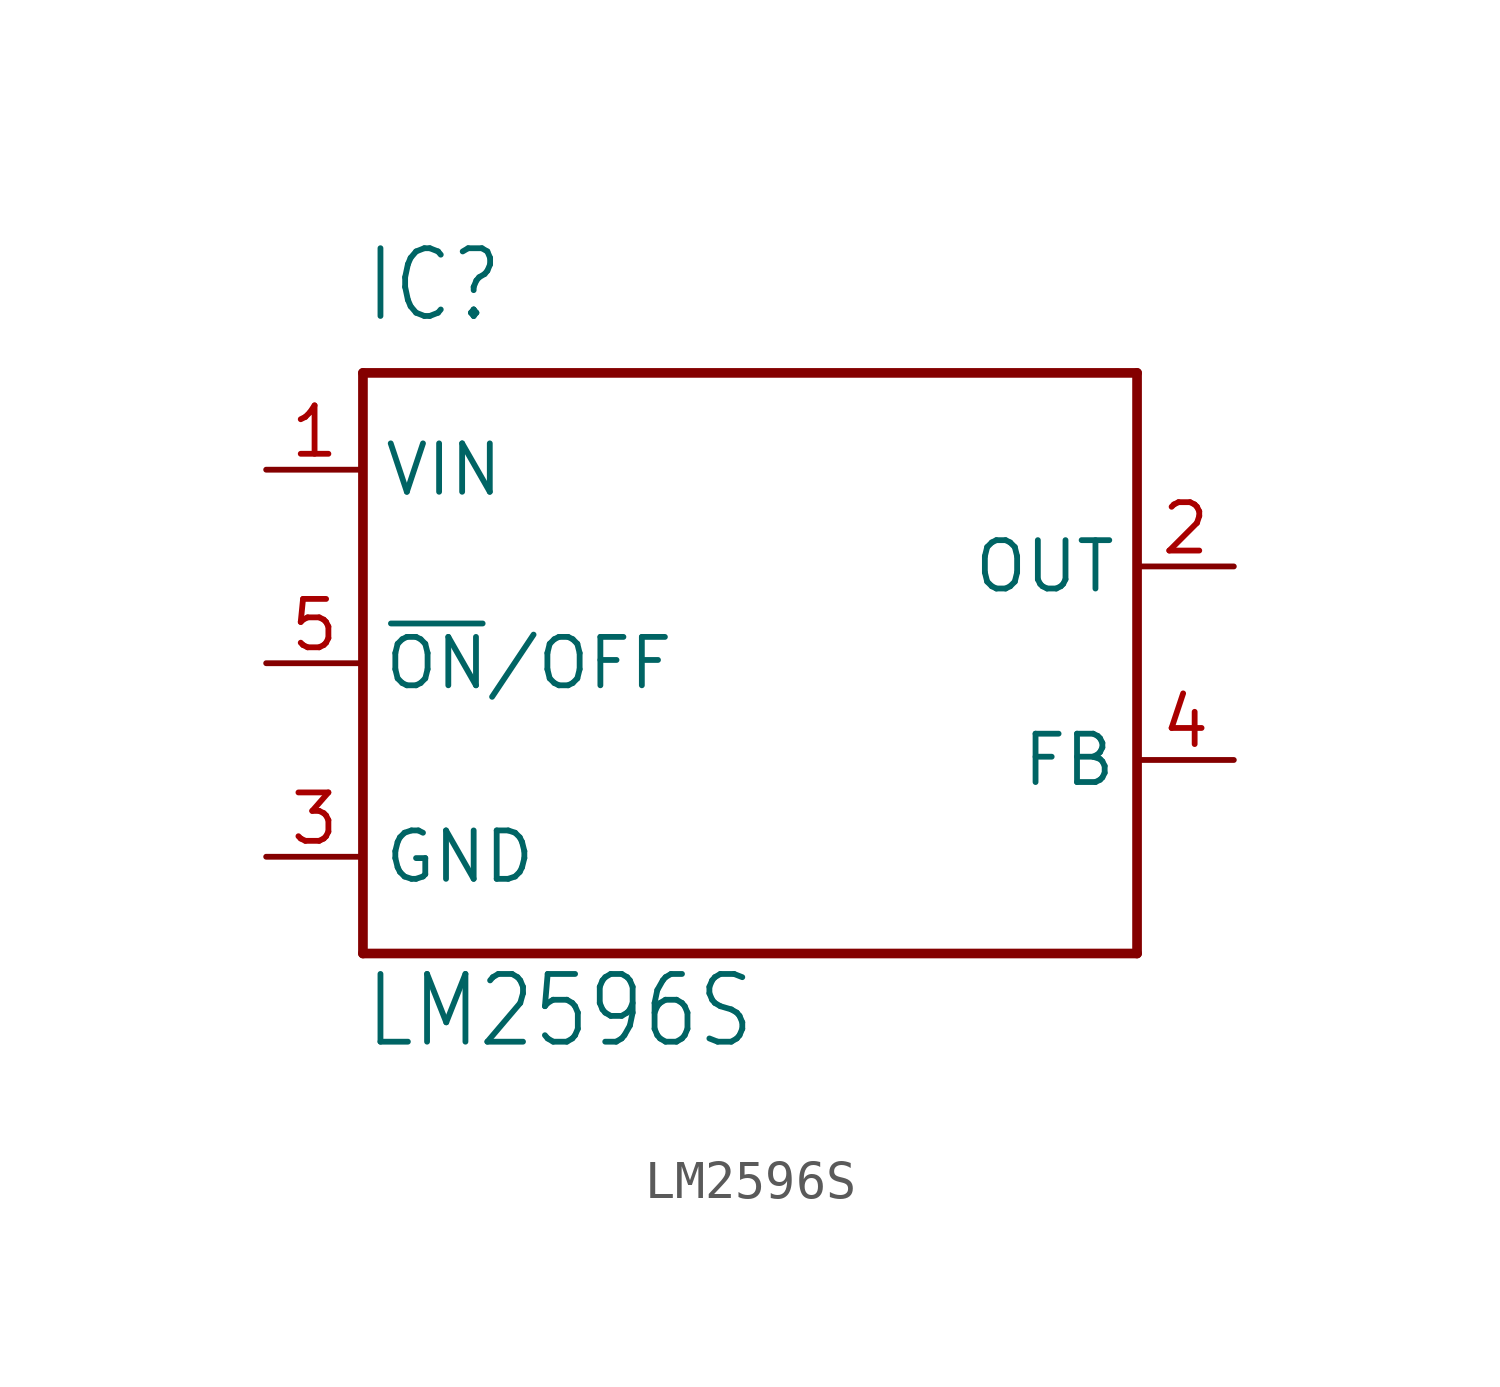
<source format=kicad_sym>
(kicad_symbol_lib
  (version 20220331)
  (generator kicad_symbol_editor)
  (symbol "LM2596S"
    (property "Reference" "IC"
      (at -10.16 8.89 0)
      (effects (font (size 1.778 1.511)) (justify left bottom)))
    (property "Value" "LM2596S"
      (at -10.16 -10.16 0)
      (effects (font (size 1.778 1.511)) (justify left bottom)))
    (property "ki_locked" ""
      (at 0 0 0)
      (effects (font (size 1.27 1.27))))
    (symbol "LM2596S_1_0"
      (polyline (pts (xy -10.16 -7.62) (xy -10.16 7.62)) (stroke (width 0.254) (type solid)) (fill (type none)))
      (polyline (pts (xy -10.16 7.62) (xy 10.16 7.62)) (stroke (width 0.254) (type solid)) (fill (type none)))
      (polyline (pts (xy 10.16 -7.62) (xy -10.16 -7.62)) (stroke (width 0.254) (type solid)) (fill (type none)))
      (polyline (pts (xy 10.16 7.62) (xy 10.16 -7.62)) (stroke (width 0.254) (type solid)) (fill (type none)))
      (pin input line (at -12.7 5.08 0) (length 2.54) (name "VIN" (effects (font (size 1.27 1.27)))) (number "1" (effects (font (size 1.27 1.27)))))
      (pin output line (at 12.7 2.54 180) (length 2.54) (name "OUT" (effects (font (size 1.27 1.27)))) (number "2" (effects (font (size 1.27 1.27)))))
      (pin power_in line (at -12.7 -5.08 0) (length 2.54) (name "GND" (effects (font (size 1.27 1.27)))) (number "3" (effects (font (size 1.27 1.27)))))
      (pin input line (at 12.7 -2.54 180) (length 2.54) (name "FB" (effects (font (size 1.27 1.27)))) (number "4" (effects (font (size 1.27 1.27)))))
      (pin input line (at -12.7 0 0) (length 2.54) (name "~{ON}/OFF" (effects (font (size 1.27 1.27)))) (number "5" (effects (font (size 1.27 1.27))))))))
</source>
